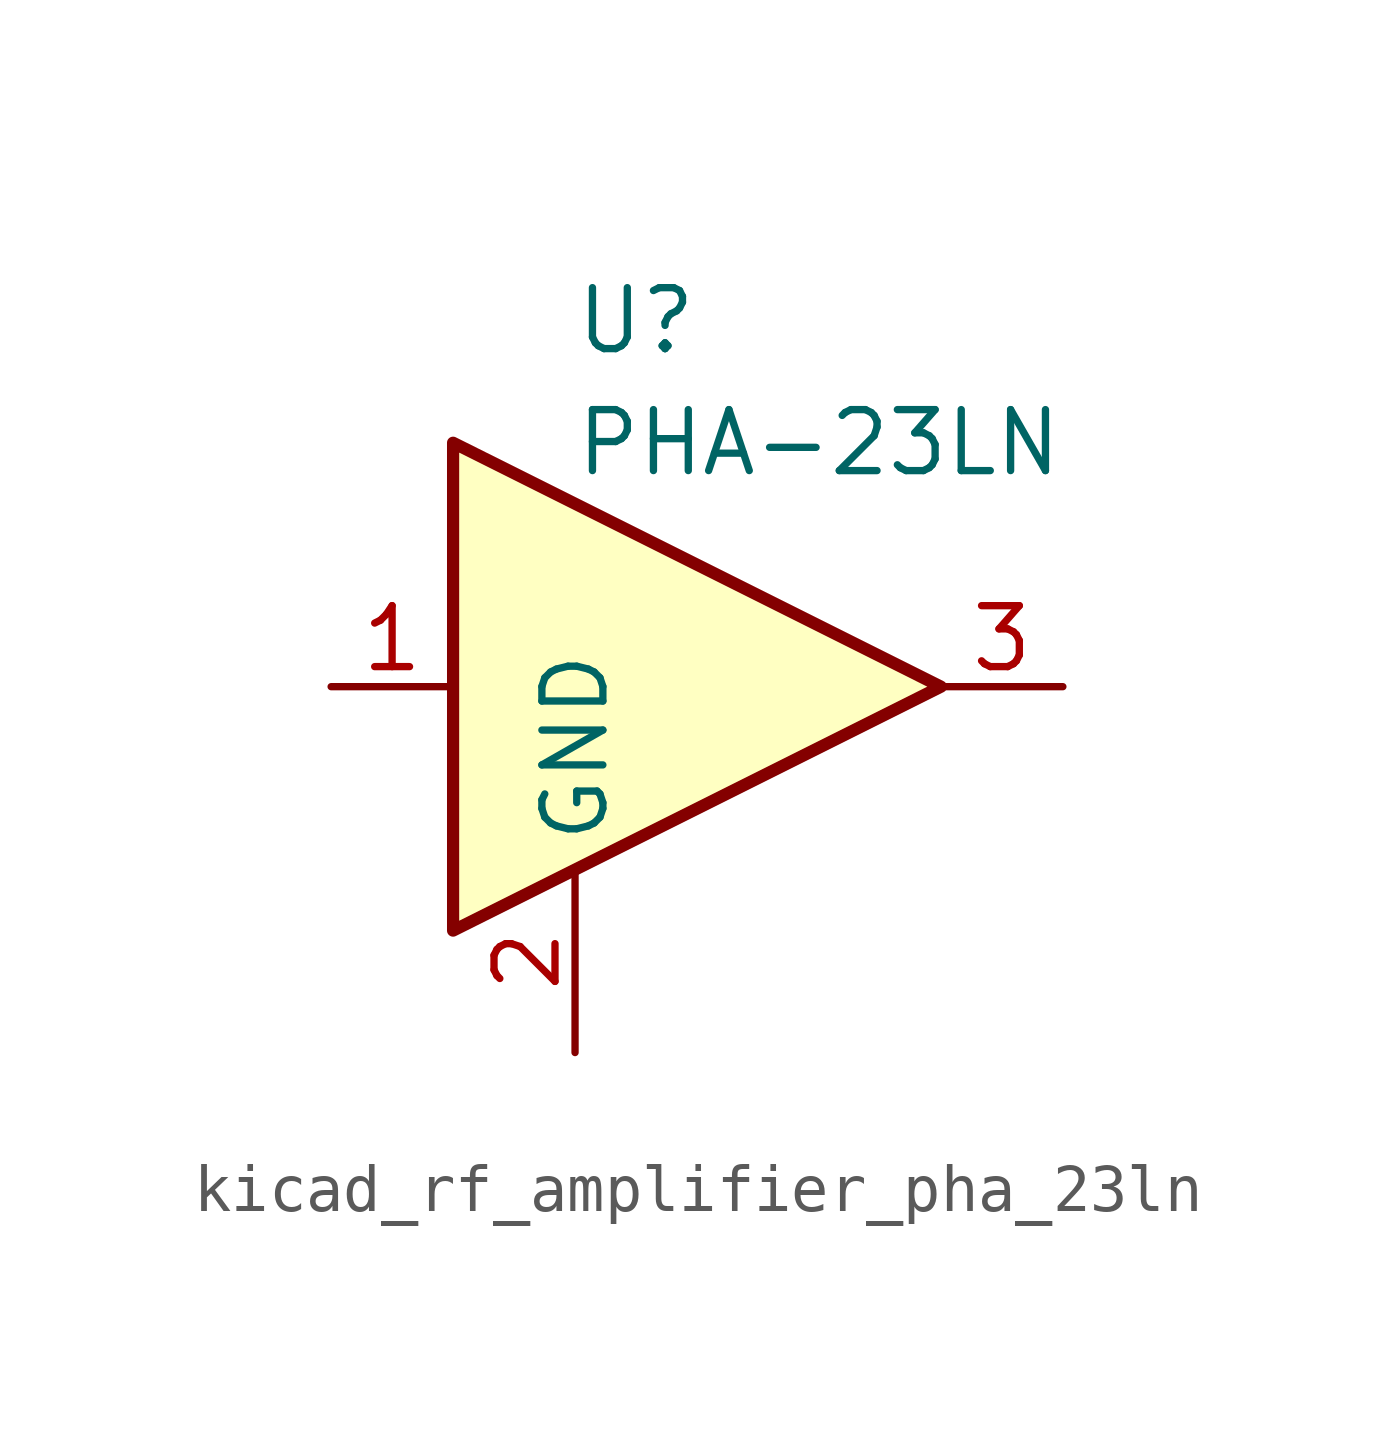
<source format=kicad_sym>
(kicad_symbol_lib
  (version 20220914)
  (generator kicad_symbol_editor)
  (symbol "kicad_rf_amplifier_pha_23ln"
    (property "Reference" "U"
      (at -1.27 7.62 0)
      (effects (font (size 1.27 1.27))))
    (property "Value" "PHA-23LN"
      (at 2.54 5.08 0)
      (effects (font (size 1.27 1.27))))
    (symbol "kicad_rf_amplifier_pha_23ln_0_1"
      (polyline (pts (xy 5.08 0) (xy -5.08 5.08) (xy -5.08 -5.08) (xy 5.08 0)) (stroke (width 0.254) (type default)) (fill (type background))))
    (symbol "kicad_rf_amplifier_pha_23ln_1_1"
      (pin input line (at -7.62 0 0) (length 2.54) (name "~" (effects (font (size 1.27 1.27)))) (number "1" (effects (font (size 1.27 1.27)))))
      (pin power_in line (at -2.54 -7.62 90) (length 3.81) (name "GND" (effects (font (size 1.27 1.27)))) (number "2" (effects (font (size 1.27 1.27)))))
      (pin output line (at 7.62 0 180) (length 2.54) (name "~" (effects (font (size 1.27 1.27)))) (number "3" (effects (font (size 1.27 1.27))))))))
</source>
